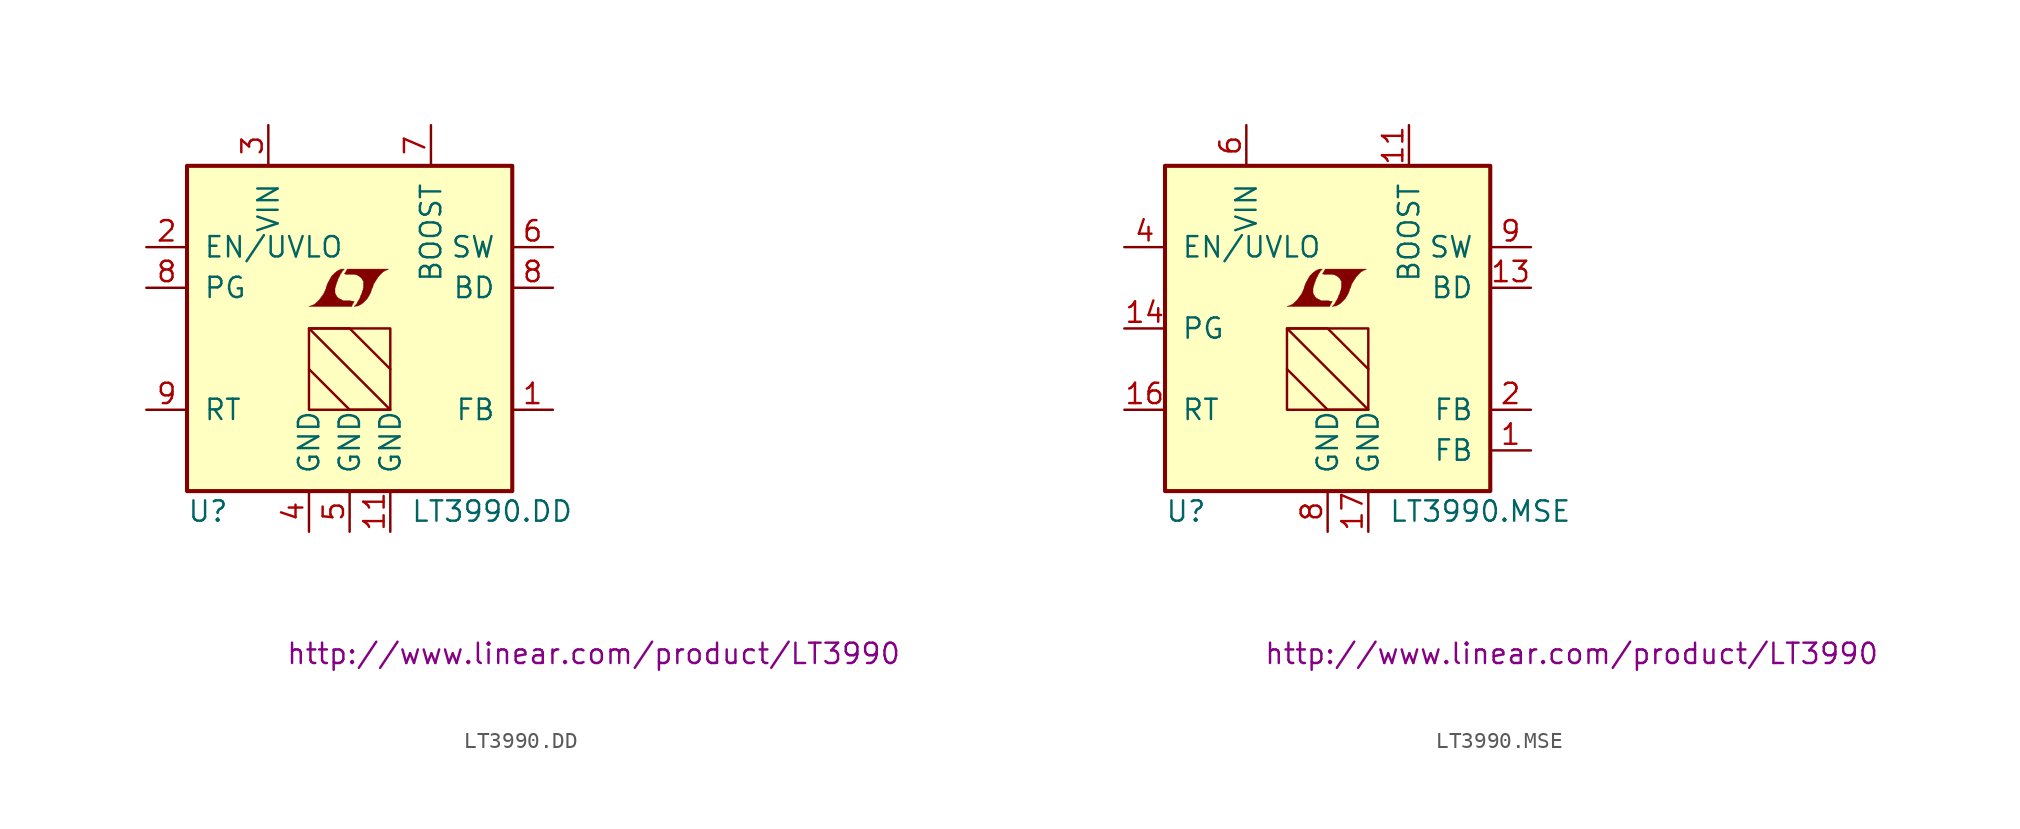
<source format=kicad_sym>
(kicad_symbol_lib
  (version 20201005)
  (generator kicad_symbol_editor)
  (symbol "LT3990.DD"
    (pin_names
      (offset 1.016))
    (property "Reference" "U"
      (at -10.16 -11.43 0)
      (effects (font (size 1.27 1.27)) (justify left)))
    (property "Value" "LT3990.DD"
      (at 3.81 -11.43 0)
      (effects (font (size 1.27 1.27)) (justify left)))
    (property "Datasheet" "http://www.linear.com/product/LT3990"
      (at 15.24 -20.32 0)
      (effects (font (size 1.27 1.27))))
    (symbol "LT3990.DD_0_0"
      (polyline (pts (xy 0.203 1.549) (xy 0.229 1.575) (xy 0.279 1.676) (xy 0.279 1.702) (xy 0.152 1.702) (xy 0.051 1.727) (xy -0.406 1.727) (xy -0.432 1.753) (xy -0.686 1.88) (xy -0.787 1.981) (xy -0.864 2.108) (xy -0.914 2.21) (xy -0.914 2.515) (xy -0.864 2.667) (xy -0.838 2.769) (xy -0.813 2.845) (xy -0.762 2.972) (xy -0.711 3.124) (xy -0.635 3.251) (xy -0.584 3.378) (xy -0.508 3.48) (xy -0.457 3.581) (xy -0.33 3.708) (xy -0.508 3.708) (xy -0.635 3.658) (xy -0.737 3.607) (xy -0.813 3.556) (xy -0.94 3.454) (xy -1.118 3.277) (xy -1.372 2.819) (xy -1.473 2.54) (xy -1.473 2.489) (xy -1.524 2.388) (xy -1.575 2.261) (xy -1.626 2.159) (xy -1.753 1.981) (xy -1.905 1.778) (xy -2.057 1.626) (xy -2.21 1.499) (xy -2.388 1.422) (xy -2.54 1.372) (xy 0.127 1.372) (xy 0.203 1.549)) (stroke (width 0.025)) (fill (type outline)))
      (polyline (pts (xy 0.406 1.397) (xy 0.483 1.397) (xy 0.66 1.473) (xy 0.813 1.575) (xy 1.092 1.854) (xy 1.219 2.057) (xy 1.321 2.261) (xy 1.397 2.515) (xy 1.422 2.515) (xy 1.499 2.769) (xy 1.753 3.175) (xy 1.905 3.353) (xy 2.057 3.505) (xy 2.21 3.607) (xy 2.388 3.683) (xy 2.413 3.683) (xy 2.413 3.708) (xy -0.152 3.708) (xy -0.229 3.556) (xy -0.254 3.531) (xy -0.305 3.429) (xy -0.33 3.404) (xy -0.279 3.404) (xy -0.229 3.378) (xy 0.305 3.378) (xy 0.356 3.353) (xy 0.406 3.353) (xy 0.483 3.327) (xy 0.61 3.251) (xy 0.737 3.15) (xy 0.813 3.023) (xy 0.838 2.972) (xy 0.864 2.946) (xy 0.864 2.54) (xy 0.838 2.489) (xy 0.838 2.413) (xy 0.787 2.311) (xy 0.762 2.184) (xy 0.686 2.032) (xy 0.635 1.88) (xy 0.483 1.626) (xy 0.432 1.524) (xy 0.279 1.372) (xy 0.406 1.397)) (stroke (width 0.025)) (fill (type outline))))
    (symbol "LT3990.DD_0_1"
      (rectangle (start -10.16 10.16) (end 10.16 -10.16) (stroke (width 0.254)) (fill (type background)))
      (rectangle (start -2.54 0) (end 2.54 -5.08) (stroke (width 0)) (fill (type none)))
      (polyline (pts (xy -2.54 -2.54) (xy 0 -5.08) (xy 2.54 -5.08) (xy -2.54 0) (xy 0 0) (xy 2.54 -2.54)) (stroke (width 0)) (fill (type none))))
    (symbol "LT3990.DD_1_1"
      (pin passive line (at 12.7 -5.08 180) (length 2.54) (name "FB" (effects (font (size 1.27 1.27)))) (number "1" (effects (font (size 1.27 1.27)))))
      (pin power_in line (at 2.54 -12.7 90) (length 2.54) (name "GND" (effects (font (size 1.27 1.27)))) (number "11" (effects (font (size 1.27 1.27)))))
      (pin input line (at -12.7 5.08 0) (length 2.54) (name "EN/UVLO" (effects (font (size 1.27 1.27)))) (number "2" (effects (font (size 1.27 1.27)))))
      (pin power_in line (at -5.08 12.7 270) (length 2.54) (name "VIN" (effects (font (size 1.27 1.27)))) (number "3" (effects (font (size 1.27 1.27)))))
      (pin power_in line (at -2.54 -12.7 90) (length 2.54) (name "GND" (effects (font (size 1.27 1.27)))) (number "4" (effects (font (size 1.27 1.27)))))
      (pin power_in line (at 0 -12.7 90) (length 2.54) (name "GND" (effects (font (size 1.27 1.27)))) (number "5" (effects (font (size 1.27 1.27)))))
      (pin passive line (at 12.7 5.08 180) (length 2.54) (name "SW" (effects (font (size 1.27 1.27)))) (number "6" (effects (font (size 1.27 1.27)))))
      (pin passive line (at 5.08 12.7 270) (length 2.54) (name "BOOST" (effects (font (size 1.27 1.27)))) (number "7" (effects (font (size 1.27 1.27)))))
      (pin passive line (at 12.7 2.54 180) (length 2.54) (name "BD" (effects (font (size 1.27 1.27)))) (number "8" (effects (font (size 1.27 1.27)))))
      (pin open_collector line (at -12.7 2.54 0) (length 2.54) (name "PG" (effects (font (size 1.27 1.27)))) (number "8" (effects (font (size 1.27 1.27)))))
      (pin passive line (at -12.7 -5.08 0) (length 2.54) (name "RT" (effects (font (size 1.27 1.27)))) (number "9" (effects (font (size 1.27 1.27)))))))
  (symbol "LT3990.MSE"
    (pin_names
      (offset 1.016))
    (property "Reference" "U"
      (at -10.16 -11.43 0)
      (effects (font (size 1.27 1.27)) (justify left)))
    (property "Value" "LT3990.MSE"
      (at 3.81 -11.43 0)
      (effects (font (size 1.27 1.27)) (justify left)))
    (property "Datasheet" "http://www.linear.com/product/LT3990"
      (at 15.24 -20.32 0)
      (effects (font (size 1.27 1.27))))
    (symbol "LT3990.MSE_0_0"
      (polyline (pts (xy 0.203 1.549) (xy 0.229 1.575) (xy 0.279 1.676) (xy 0.279 1.702) (xy 0.152 1.702) (xy 0.051 1.727) (xy -0.406 1.727) (xy -0.432 1.753) (xy -0.686 1.88) (xy -0.787 1.981) (xy -0.864 2.108) (xy -0.914 2.21) (xy -0.914 2.515) (xy -0.864 2.667) (xy -0.838 2.769) (xy -0.813 2.845) (xy -0.762 2.972) (xy -0.711 3.124) (xy -0.635 3.251) (xy -0.584 3.378) (xy -0.508 3.48) (xy -0.457 3.581) (xy -0.33 3.708) (xy -0.508 3.708) (xy -0.635 3.658) (xy -0.737 3.607) (xy -0.813 3.556) (xy -0.94 3.454) (xy -1.118 3.277) (xy -1.372 2.819) (xy -1.473 2.54) (xy -1.473 2.489) (xy -1.524 2.388) (xy -1.575 2.261) (xy -1.626 2.159) (xy -1.753 1.981) (xy -1.905 1.778) (xy -2.057 1.626) (xy -2.21 1.499) (xy -2.388 1.422) (xy -2.54 1.372) (xy 0.127 1.372) (xy 0.203 1.549)) (stroke (width 0.025)) (fill (type outline)))
      (polyline (pts (xy 0.406 1.397) (xy 0.483 1.397) (xy 0.66 1.473) (xy 0.813 1.575) (xy 1.092 1.854) (xy 1.219 2.057) (xy 1.321 2.261) (xy 1.397 2.515) (xy 1.422 2.515) (xy 1.499 2.769) (xy 1.753 3.175) (xy 1.905 3.353) (xy 2.057 3.505) (xy 2.21 3.607) (xy 2.388 3.683) (xy 2.413 3.683) (xy 2.413 3.708) (xy -0.152 3.708) (xy -0.229 3.556) (xy -0.254 3.531) (xy -0.305 3.429) (xy -0.33 3.404) (xy -0.279 3.404) (xy -0.229 3.378) (xy 0.305 3.378) (xy 0.356 3.353) (xy 0.406 3.353) (xy 0.483 3.327) (xy 0.61 3.251) (xy 0.737 3.15) (xy 0.813 3.023) (xy 0.838 2.972) (xy 0.864 2.946) (xy 0.864 2.54) (xy 0.838 2.489) (xy 0.838 2.413) (xy 0.787 2.311) (xy 0.762 2.184) (xy 0.686 2.032) (xy 0.635 1.88) (xy 0.483 1.626) (xy 0.432 1.524) (xy 0.279 1.372) (xy 0.406 1.397)) (stroke (width 0.025)) (fill (type outline))))
    (symbol "LT3990.MSE_0_1"
      (rectangle (start -10.16 10.16) (end 10.16 -10.16) (stroke (width 0.254)) (fill (type background)))
      (rectangle (start -2.54 0) (end 2.54 -5.08) (stroke (width 0)) (fill (type none)))
      (polyline (pts (xy -2.54 -2.54) (xy 0 -5.08) (xy 2.54 -5.08) (xy -2.54 0) (xy 0 0) (xy 2.54 -2.54)) (stroke (width 0)) (fill (type none))))
    (symbol "LT3990.MSE_1_1"
      (pin passive line (at 12.7 -7.62 180) (length 2.54) (name "FB" (effects (font (size 1.27 1.27)))) (number "1" (effects (font (size 1.27 1.27)))))
      (pin unconnected line (at 12.7 -2.54 180) (length 2.54) hide (name "NC" (effects (font (size 1.27 1.27)))) (number "10" (effects (font (size 1.27 1.27)))))
      (pin passive line (at 5.08 12.7 270) (length 2.54) (name "BOOST" (effects (font (size 1.27 1.27)))) (number "11" (effects (font (size 1.27 1.27)))))
      (pin unconnected line (at 12.7 0 180) (length 2.54) hide (name "NC" (effects (font (size 1.27 1.27)))) (number "12" (effects (font (size 1.27 1.27)))))
      (pin passive line (at 12.7 2.54 180) (length 2.54) (name "BD" (effects (font (size 1.27 1.27)))) (number "13" (effects (font (size 1.27 1.27)))))
      (pin open_collector line (at -12.7 0 0) (length 2.54) (name "PG" (effects (font (size 1.27 1.27)))) (number "14" (effects (font (size 1.27 1.27)))))
      (pin unconnected line (at 12.7 7.62 180) (length 2.54) hide (name "NC" (effects (font (size 1.27 1.27)))) (number "15" (effects (font (size 1.27 1.27)))))
      (pin passive line (at -12.7 -5.08 0) (length 2.54) (name "RT" (effects (font (size 1.27 1.27)))) (number "16" (effects (font (size 1.27 1.27)))))
      (pin power_in line (at 2.54 -12.7 90) (length 2.54) (name "GND" (effects (font (size 1.27 1.27)))) (number "17" (effects (font (size 1.27 1.27)))))
      (pin passive line (at 12.7 -5.08 180) (length 2.54) (name "FB" (effects (font (size 1.27 1.27)))) (number "2" (effects (font (size 1.27 1.27)))))
      (pin unconnected line (at -12.7 7.62 0) (length 2.54) hide (name "NC" (effects (font (size 1.27 1.27)))) (number "3" (effects (font (size 1.27 1.27)))))
      (pin input line (at -12.7 5.08 0) (length 2.54) (name "EN/UVLO" (effects (font (size 1.27 1.27)))) (number "4" (effects (font (size 1.27 1.27)))))
      (pin unconnected line (at -12.7 2.54 0) (length 2.54) hide (name "NC" (effects (font (size 1.27 1.27)))) (number "5" (effects (font (size 1.27 1.27)))))
      (pin power_in line (at -5.08 12.7 270) (length 2.54) (name "VIN" (effects (font (size 1.27 1.27)))) (number "6" (effects (font (size 1.27 1.27)))))
      (pin unconnected line (at -12.7 -2.54 0) (length 2.54) hide (name "NC" (effects (font (size 1.27 1.27)))) (number "7" (effects (font (size 1.27 1.27)))))
      (pin power_in line (at 0 -12.7 90) (length 2.54) (name "GND" (effects (font (size 1.27 1.27)))) (number "8" (effects (font (size 1.27 1.27)))))
      (pin passive line (at 12.7 5.08 180) (length 2.54) (name "SW" (effects (font (size 1.27 1.27)))) (number "9" (effects (font (size 1.27 1.27))))))))
</source>
